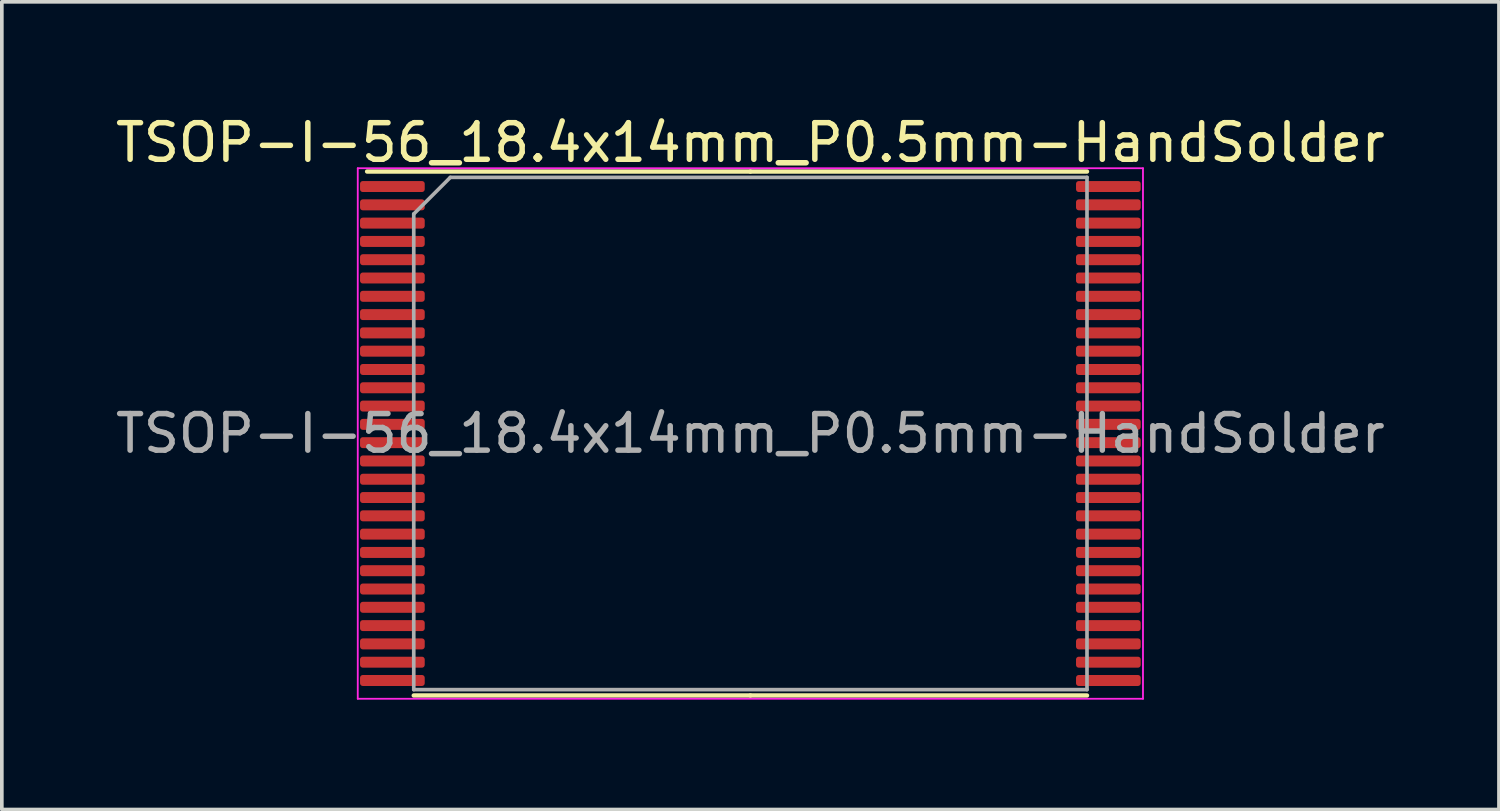
<source format=kicad_pcb>
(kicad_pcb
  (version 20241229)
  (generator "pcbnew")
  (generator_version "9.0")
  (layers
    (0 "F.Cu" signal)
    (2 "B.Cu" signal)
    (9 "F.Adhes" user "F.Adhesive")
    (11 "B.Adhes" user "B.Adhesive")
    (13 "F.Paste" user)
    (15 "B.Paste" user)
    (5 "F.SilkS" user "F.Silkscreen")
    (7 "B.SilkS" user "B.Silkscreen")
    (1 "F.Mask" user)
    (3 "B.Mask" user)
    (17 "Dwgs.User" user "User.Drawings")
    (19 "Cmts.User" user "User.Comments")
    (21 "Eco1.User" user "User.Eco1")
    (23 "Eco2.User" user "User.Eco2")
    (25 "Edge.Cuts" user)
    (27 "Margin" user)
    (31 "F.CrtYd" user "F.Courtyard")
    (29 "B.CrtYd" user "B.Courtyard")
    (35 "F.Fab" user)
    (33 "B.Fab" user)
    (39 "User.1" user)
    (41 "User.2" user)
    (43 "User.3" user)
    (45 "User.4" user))
  (footprint "TSOP-I-56_18.4x14mm_P0.5mm-HandSolder"
    (layer "F.Cu")
    (at 17.458 8.798)
    (property "Reference" "TSOP-I-56_18.4x14mm_P0.5mm-HandSolder" (at 0 -7.95 0) (layer "F.SilkS") (effects (font (size 1 1) (thickness 0.15))))
    (attr smd)
    (fp_line (start 0 -7.16) (end -10.475 -7.16) (stroke (width 0.12) (type solid)) (layer "F.SilkS"))
    (fp_line (start 0 -7.16) (end 9.2 -7.16) (stroke (width 0.12) (type solid)) (layer "F.SilkS"))
    (fp_line (start 0 7.16) (end -9.2 7.16) (stroke (width 0.12) (type solid)) (layer "F.SilkS"))
    (fp_line (start 0 7.16) (end 9.2 7.16) (stroke (width 0.12) (type solid)) (layer "F.SilkS"))
    (fp_line (start -10.73 -7.25) (end -10.73 7.25) (stroke (width 0.05) (type solid)) (layer "F.CrtYd"))
    (fp_line (start -10.73 7.25) (end 10.73 7.25) (stroke (width 0.05) (type solid)) (layer "F.CrtYd"))
    (fp_line (start 10.73 -7.25) (end -10.73 -7.25) (stroke (width 0.05) (type solid)) (layer "F.CrtYd"))
    (fp_line (start 10.73 7.25) (end 10.73 -7.25) (stroke (width 0.05) (type solid)) (layer "F.CrtYd"))
    (fp_line (start -9.2 -6) (end -8.2 -7) (stroke (width 0.1) (type solid)) (layer "F.Fab"))
    (fp_line (start -9.2 7) (end -9.2 -6) (stroke (width 0.1) (type solid)) (layer "F.Fab"))
    (fp_line (start -8.2 -7) (end 9.2 -7) (stroke (width 0.1) (type solid)) (layer "F.Fab"))
    (fp_line (start 9.2 -7) (end 9.2 7) (stroke (width 0.1) (type solid)) (layer "F.Fab"))
    (fp_line (start 9.2 7) (end -9.2 7) (stroke (width 0.1) (type solid)) (layer "F.Fab"))
    (fp_text user "${REFERENCE}" (at 0 0 0) (layer "F.Fab") (effects (font (size 1 1) (thickness 0.15))))
    (pad "1" smd roundrect (at -9.784 -6.75) (size 1.768 0.3) (layers "F.Cu" "F.Mask" "F.Paste") (roundrect_rratio 0.25))
    (pad "2" smd roundrect (at -9.784 -6.25) (size 1.768 0.3) (layers "F.Cu" "F.Mask" "F.Paste") (roundrect_rratio 0.25))
    (pad "3" smd roundrect (at -9.784 -5.75) (size 1.768 0.3) (layers "F.Cu" "F.Mask" "F.Paste") (roundrect_rratio 0.25))
    (pad "4" smd roundrect (at -9.784 -5.25) (size 1.768 0.3) (layers "F.Cu" "F.Mask" "F.Paste") (roundrect_rratio 0.25))
    (pad "5" smd roundrect (at -9.784 -4.75) (size 1.768 0.3) (layers "F.Cu" "F.Mask" "F.Paste") (roundrect_rratio 0.25))
    (pad "6" smd roundrect (at -9.784 -4.25) (size 1.768 0.3) (layers "F.Cu" "F.Mask" "F.Paste") (roundrect_rratio 0.25))
    (pad "7" smd roundrect (at -9.784 -3.75) (size 1.768 0.3) (layers "F.Cu" "F.Mask" "F.Paste") (roundrect_rratio 0.25))
    (pad "8" smd roundrect (at -9.784 -3.25) (size 1.768 0.3) (layers "F.Cu" "F.Mask" "F.Paste") (roundrect_rratio 0.25))
    (pad "9" smd roundrect (at -9.784 -2.75) (size 1.768 0.3) (layers "F.Cu" "F.Mask" "F.Paste") (roundrect_rratio 0.25))
    (pad "10" smd roundrect (at -9.784 -2.25) (size 1.768 0.3) (layers "F.Cu" "F.Mask" "F.Paste") (roundrect_rratio 0.25))
    (pad "11" smd roundrect (at -9.784 -1.75) (size 1.768 0.3) (layers "F.Cu" "F.Mask" "F.Paste") (roundrect_rratio 0.25))
    (pad "12" smd roundrect (at -9.784 -1.25) (size 1.768 0.3) (layers "F.Cu" "F.Mask" "F.Paste") (roundrect_rratio 0.25))
    (pad "13" smd roundrect (at -9.784 -0.75) (size 1.768 0.3) (layers "F.Cu" "F.Mask" "F.Paste") (roundrect_rratio 0.25))
    (pad "14" smd roundrect (at -9.784 -0.25) (size 1.768 0.3) (layers "F.Cu" "F.Mask" "F.Paste") (roundrect_rratio 0.25))
    (pad "15" smd roundrect (at -9.784 0.25) (size 1.768 0.3) (layers "F.Cu" "F.Mask" "F.Paste") (roundrect_rratio 0.25))
    (pad "16" smd roundrect (at -9.784 0.75) (size 1.768 0.3) (layers "F.Cu" "F.Mask" "F.Paste") (roundrect_rratio 0.25))
    (pad "17" smd roundrect (at -9.784 1.25) (size 1.768 0.3) (layers "F.Cu" "F.Mask" "F.Paste") (roundrect_rratio 0.25))
    (pad "18" smd roundrect (at -9.784 1.75) (size 1.768 0.3) (layers "F.Cu" "F.Mask" "F.Paste") (roundrect_rratio 0.25))
    (pad "19" smd roundrect (at -9.784 2.25) (size 1.768 0.3) (layers "F.Cu" "F.Mask" "F.Paste") (roundrect_rratio 0.25))
    (pad "20" smd roundrect (at -9.784 2.75) (size 1.768 0.3) (layers "F.Cu" "F.Mask" "F.Paste") (roundrect_rratio 0.25))
    (pad "21" smd roundrect (at -9.784 3.25) (size 1.768 0.3) (layers "F.Cu" "F.Mask" "F.Paste") (roundrect_rratio 0.25))
    (pad "22" smd roundrect (at -9.784 3.75) (size 1.768 0.3) (layers "F.Cu" "F.Mask" "F.Paste") (roundrect_rratio 0.25))
    (pad "23" smd roundrect (at -9.784 4.25) (size 1.768 0.3) (layers "F.Cu" "F.Mask" "F.Paste") (roundrect_rratio 0.25))
    (pad "24" smd roundrect (at -9.784 4.75) (size 1.768 0.3) (layers "F.Cu" "F.Mask" "F.Paste") (roundrect_rratio 0.25))
    (pad "25" smd roundrect (at -9.784 5.25) (size 1.768 0.3) (layers "F.Cu" "F.Mask" "F.Paste") (roundrect_rratio 0.25))
    (pad "26" smd roundrect (at -9.784 5.75) (size 1.768 0.3) (layers "F.Cu" "F.Mask" "F.Paste") (roundrect_rratio 0.25))
    (pad "27" smd roundrect (at -9.784 6.25) (size 1.768 0.3) (layers "F.Cu" "F.Mask" "F.Paste") (roundrect_rratio 0.25))
    (pad "28" smd roundrect (at -9.784 6.75) (size 1.768 0.3) (layers "F.Cu" "F.Mask" "F.Paste") (roundrect_rratio 0.25))
    (pad "29" smd roundrect (at 9.784 6.75) (size 1.768 0.3) (layers "F.Cu" "F.Mask" "F.Paste") (roundrect_rratio 0.25))
    (pad "30" smd roundrect (at 9.784 6.25) (size 1.768 0.3) (layers "F.Cu" "F.Mask" "F.Paste") (roundrect_rratio 0.25))
    (pad "31" smd roundrect (at 9.784 5.75) (size 1.768 0.3) (layers "F.Cu" "F.Mask" "F.Paste") (roundrect_rratio 0.25))
    (pad "32" smd roundrect (at 9.784 5.25) (size 1.768 0.3) (layers "F.Cu" "F.Mask" "F.Paste") (roundrect_rratio 0.25))
    (pad "33" smd roundrect (at 9.784 4.75) (size 1.768 0.3) (layers "F.Cu" "F.Mask" "F.Paste") (roundrect_rratio 0.25))
    (pad "34" smd roundrect (at 9.784 4.25) (size 1.768 0.3) (layers "F.Cu" "F.Mask" "F.Paste") (roundrect_rratio 0.25))
    (pad "35" smd roundrect (at 9.784 3.75) (size 1.768 0.3) (layers "F.Cu" "F.Mask" "F.Paste") (roundrect_rratio 0.25))
    (pad "36" smd roundrect (at 9.784 3.25) (size 1.768 0.3) (layers "F.Cu" "F.Mask" "F.Paste") (roundrect_rratio 0.25))
    (pad "37" smd roundrect (at 9.784 2.75) (size 1.768 0.3) (layers "F.Cu" "F.Mask" "F.Paste") (roundrect_rratio 0.25))
    (pad "38" smd roundrect (at 9.784 2.25) (size 1.768 0.3) (layers "F.Cu" "F.Mask" "F.Paste") (roundrect_rratio 0.25))
    (pad "39" smd roundrect (at 9.784 1.75) (size 1.768 0.3) (layers "F.Cu" "F.Mask" "F.Paste") (roundrect_rratio 0.25))
    (pad "40" smd roundrect (at 9.784 1.25) (size 1.768 0.3) (layers "F.Cu" "F.Mask" "F.Paste") (roundrect_rratio 0.25))
    (pad "41" smd roundrect (at 9.784 0.75) (size 1.768 0.3) (layers "F.Cu" "F.Mask" "F.Paste") (roundrect_rratio 0.25))
    (pad "42" smd roundrect (at 9.784 0.25) (size 1.768 0.3) (layers "F.Cu" "F.Mask" "F.Paste") (roundrect_rratio 0.25))
    (pad "43" smd roundrect (at 9.784 -0.25) (size 1.768 0.3) (layers "F.Cu" "F.Mask" "F.Paste") (roundrect_rratio 0.25))
    (pad "44" smd roundrect (at 9.784 -0.75) (size 1.768 0.3) (layers "F.Cu" "F.Mask" "F.Paste") (roundrect_rratio 0.25))
    (pad "45" smd roundrect (at 9.784 -1.25) (size 1.768 0.3) (layers "F.Cu" "F.Mask" "F.Paste") (roundrect_rratio 0.25))
    (pad "46" smd roundrect (at 9.784 -1.75) (size 1.768 0.3) (layers "F.Cu" "F.Mask" "F.Paste") (roundrect_rratio 0.25))
    (pad "47" smd roundrect (at 9.784 -2.25) (size 1.768 0.3) (layers "F.Cu" "F.Mask" "F.Paste") (roundrect_rratio 0.25))
    (pad "48" smd roundrect (at 9.784 -2.75) (size 1.768 0.3) (layers "F.Cu" "F.Mask" "F.Paste") (roundrect_rratio 0.25))
    (pad "49" smd roundrect (at 9.784 -3.25) (size 1.768 0.3) (layers "F.Cu" "F.Mask" "F.Paste") (roundrect_rratio 0.25))
    (pad "50" smd roundrect (at 9.784 -3.75) (size 1.768 0.3) (layers "F.Cu" "F.Mask" "F.Paste") (roundrect_rratio 0.25))
    (pad "51" smd roundrect (at 9.784 -4.25) (size 1.768 0.3) (layers "F.Cu" "F.Mask" "F.Paste") (roundrect_rratio 0.25))
    (pad "52" smd roundrect (at 9.784 -4.75) (size 1.768 0.3) (layers "F.Cu" "F.Mask" "F.Paste") (roundrect_rratio 0.25))
    (pad "53" smd roundrect (at 9.784 -5.25) (size 1.768 0.3) (layers "F.Cu" "F.Mask" "F.Paste") (roundrect_rratio 0.25))
    (pad "54" smd roundrect (at 9.784 -5.75) (size 1.768 0.3) (layers "F.Cu" "F.Mask" "F.Paste") (roundrect_rratio 0.25))
    (pad "55" smd roundrect (at 9.784 -6.25) (size 1.768 0.3) (layers "F.Cu" "F.Mask" "F.Paste") (roundrect_rratio 0.25))
    (pad "56" smd roundrect (at 9.784 -6.75) (size 1.768 0.3) (layers "F.Cu" "F.Mask" "F.Paste") (roundrect_rratio 0.25)))
  (gr_rect
    (start -3 -3)
    (end 37.917 19.073)
    (stroke (width 0.1) (type default))
    (fill no)
    (layer "Edge.Cuts")))
</source>
